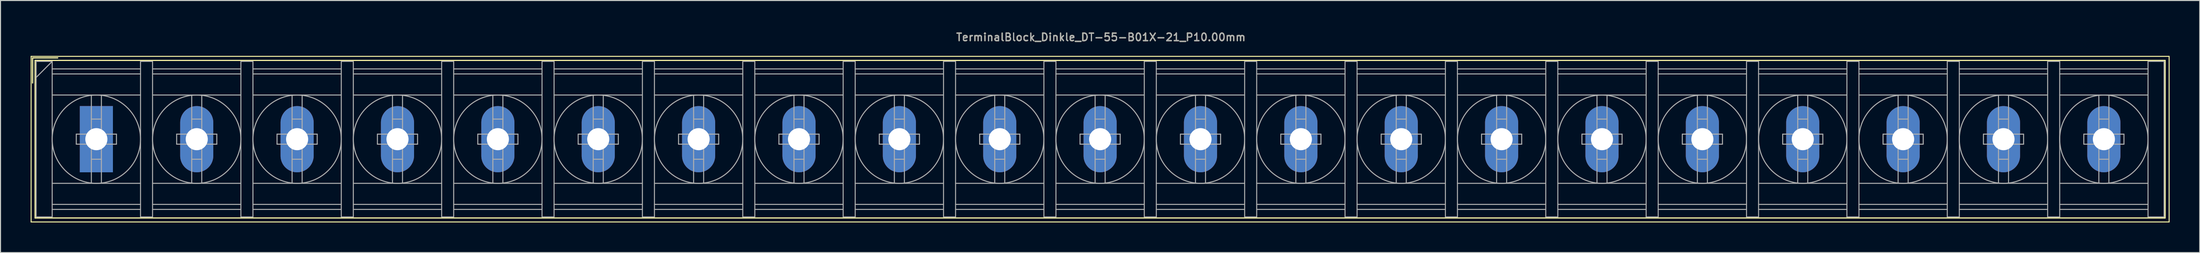
<source format=kicad_pcb>
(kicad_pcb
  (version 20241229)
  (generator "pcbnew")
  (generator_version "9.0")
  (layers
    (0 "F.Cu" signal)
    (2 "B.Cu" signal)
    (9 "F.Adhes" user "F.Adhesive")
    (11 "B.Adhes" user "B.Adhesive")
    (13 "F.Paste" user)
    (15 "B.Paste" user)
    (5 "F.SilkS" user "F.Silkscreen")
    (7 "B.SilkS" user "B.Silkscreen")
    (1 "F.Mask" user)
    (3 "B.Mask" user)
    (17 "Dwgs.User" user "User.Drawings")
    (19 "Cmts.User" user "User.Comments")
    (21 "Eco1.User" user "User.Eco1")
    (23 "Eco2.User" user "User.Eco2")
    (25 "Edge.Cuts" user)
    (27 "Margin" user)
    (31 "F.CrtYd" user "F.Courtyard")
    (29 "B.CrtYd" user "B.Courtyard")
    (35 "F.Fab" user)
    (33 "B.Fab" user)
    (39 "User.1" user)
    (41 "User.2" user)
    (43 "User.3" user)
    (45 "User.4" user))
  (footprint "TerminalBlock_Dinkle_DT-55-B01X-21_P10.00mm"
    (layer "F.Cu")
    (at 6.55 10.818)
    (property "Reference" "TerminalBlock_Dinkle_DT-55-B01X-21_P10.00mm" (at 100.08 -10.16 0) (layer "F.SilkS") (effects (font (size 0.75 0.75) (thickness 0.125))))
    (attr through_hole)
    (fp_line (start -6.5 -8.25) (end 206.5 -8.25) (stroke (width 0.1) (type solid)) (layer "F.SilkS"))
    (fp_line (start -6.5 8.25) (end -6.5 -8.25) (stroke (width 0.1) (type solid)) (layer "F.SilkS"))
    (fp_line (start -6.5 8.25) (end 206.5 8.25) (stroke (width 0.1) (type solid)) (layer "F.SilkS"))
    (fp_line (start -6.35 -8.1) (end -3.85 -8.1) (stroke (width 0.12) (type solid)) (layer "F.SilkS"))
    (fp_line (start -6.35 -5.6) (end -6.35 -8.1) (stroke (width 0.12) (type solid)) (layer "F.SilkS"))
    (fp_line (start -6.1 -7.85) (end 206.1 -7.85) (stroke (width 0.12) (type solid)) (layer "F.SilkS"))
    (fp_line (start -6.1 7.85) (end -6.1 -7.85) (stroke (width 0.12) (type solid)) (layer "F.SilkS"))
    (fp_line (start -6.1 7.85) (end 206.1 7.85) (stroke (width 0.12) (type solid)) (layer "F.SilkS"))
    (fp_line (start 206.1 -7.85) (end 206.1 7.85) (stroke (width 0.12) (type solid)) (layer "F.SilkS"))
    (fp_line (start 206.5 -8.25) (end 206.5 8.25) (stroke (width 0.1) (type solid)) (layer "F.SilkS"))
    (fp_line (start -6 -7.75) (end -6 7.75) (stroke (width 0.1) (type solid)) (layer "F.Fab"))
    (fp_line (start -6 -7.75) (end -4.4 -7.75) (stroke (width 0.1) (type solid)) (layer "F.Fab"))
    (fp_line (start -6 7.75) (end -4.4 7.75) (stroke (width 0.1) (type solid)) (layer "F.Fab"))
    (fp_line (start -4.4 -7.75) (end -6 -6.15) (stroke (width 0.1) (type solid)) (layer "F.Fab"))
    (fp_line (start -4.4 -7.75) (end -4.4 7.75) (stroke (width 0.1) (type solid)) (layer "F.Fab"))
    (fp_line (start -4.4 -7) (end 4.4 -7) (stroke (width 0.1) (type solid)) (layer "F.Fab"))
    (fp_line (start -4.4 -6.5) (end 4.4 -6.5) (stroke (width 0.1) (type solid)) (layer "F.Fab"))
    (fp_line (start -4.4 -4.4) (end 4.4 -4.4) (stroke (width 0.1) (type solid)) (layer "F.Fab"))
    (fp_line (start -4.4 4.4) (end 4.4 4.4) (stroke (width 0.1) (type solid)) (layer "F.Fab"))
    (fp_line (start -4.4 6.5) (end 4.4 6.5) (stroke (width 0.1) (type solid)) (layer "F.Fab"))
    (fp_line (start -4.4 7) (end 4.4 7) (stroke (width 0.1) (type solid)) (layer "F.Fab"))
    (fp_line (start -2 -0.5) (end -2 0.5) (stroke (width 0.1) (type solid)) (layer "F.Fab"))
    (fp_line (start -2 0.5) (end -0.5 0.5) (stroke (width 0.1) (type solid)) (layer "F.Fab"))
    (fp_line (start -0.5 -4.35) (end -0.5 -0.5) (stroke (width 0.1) (type solid)) (layer "F.Fab"))
    (fp_line (start -0.5 -2) (end 0.5 -2) (stroke (width 0.1) (type solid)) (layer "F.Fab"))
    (fp_line (start -0.5 -0.5) (end -2 -0.5) (stroke (width 0.1) (type solid)) (layer "F.Fab"))
    (fp_line (start -0.5 0.5) (end -0.5 4.35) (stroke (width 0.1) (type solid)) (layer "F.Fab"))
    (fp_line (start -0.5 2) (end 0.5 2) (stroke (width 0.1) (type solid)) (layer "F.Fab"))
    (fp_line (start 0.5 -4.35) (end 0.5 -0.5) (stroke (width 0.1) (type solid)) (layer "F.Fab"))
    (fp_line (start 0.5 -0.5) (end 2 -0.5) (stroke (width 0.1) (type solid)) (layer "F.Fab"))
    (fp_line (start 0.5 0.5) (end 0.5 4.35) (stroke (width 0.1) (type solid)) (layer "F.Fab"))
    (fp_line (start 2 -0.5) (end 2 0.5) (stroke (width 0.1) (type solid)) (layer "F.Fab"))
    (fp_line (start 2 0.5) (end 0.5 0.5) (stroke (width 0.1) (type solid)) (layer "F.Fab"))
    (fp_line (start 4.4 -7.75) (end 4.4 7.75) (stroke (width 0.1) (type solid)) (layer "F.Fab"))
    (fp_line (start 4.4 -7.75) (end 5.6 -7.75) (stroke (width 0.1) (type solid)) (layer "F.Fab"))
    (fp_line (start 4.4 7.75) (end 5.6 7.75) (stroke (width 0.1) (type solid)) (layer "F.Fab"))
    (fp_line (start 5.6 -7.75) (end 5.6 7.75) (stroke (width 0.1) (type solid)) (layer "F.Fab"))
    (fp_line (start 5.6 -7) (end 14.4 -7) (stroke (width 0.1) (type solid)) (layer "F.Fab"))
    (fp_line (start 5.6 -6.5) (end 14.4 -6.5) (stroke (width 0.1) (type solid)) (layer "F.Fab"))
    (fp_line (start 5.6 -4.4) (end 14.4 -4.4) (stroke (width 0.1) (type solid)) (layer "F.Fab"))
    (fp_line (start 5.6 4.4) (end 14.4 4.4) (stroke (width 0.1) (type solid)) (layer "F.Fab"))
    (fp_line (start 5.6 6.5) (end 14.4 6.5) (stroke (width 0.1) (type solid)) (layer "F.Fab"))
    (fp_line (start 5.6 7) (end 14.4 7) (stroke (width 0.1) (type solid)) (layer "F.Fab"))
    (fp_line (start 8 -0.5) (end 8 0.5) (stroke (width 0.1) (type solid)) (layer "F.Fab"))
    (fp_line (start 8 0.5) (end 9.5 0.5) (stroke (width 0.1) (type solid)) (layer "F.Fab"))
    (fp_line (start 9.5 -4.35) (end 9.5 -0.5) (stroke (width 0.1) (type solid)) (layer "F.Fab"))
    (fp_line (start 9.5 -2) (end 10.5 -2) (stroke (width 0.1) (type solid)) (layer "F.Fab"))
    (fp_line (start 9.5 -0.5) (end 8 -0.5) (stroke (width 0.1) (type solid)) (layer "F.Fab"))
    (fp_line (start 9.5 0.5) (end 9.5 4.35) (stroke (width 0.1) (type solid)) (layer "F.Fab"))
    (fp_line (start 9.5 2) (end 10.5 2) (stroke (width 0.1) (type solid)) (layer "F.Fab"))
    (fp_line (start 10.5 -4.35) (end 10.5 -0.5) (stroke (width 0.1) (type solid)) (layer "F.Fab"))
    (fp_line (start 10.5 -0.5) (end 12 -0.5) (stroke (width 0.1) (type solid)) (layer "F.Fab"))
    (fp_line (start 10.5 0.5) (end 10.5 4.35) (stroke (width 0.1) (type solid)) (layer "F.Fab"))
    (fp_line (start 12 -0.5) (end 12 0.5) (stroke (width 0.1) (type solid)) (layer "F.Fab"))
    (fp_line (start 12 0.5) (end 10.5 0.5) (stroke (width 0.1) (type solid)) (layer "F.Fab"))
    (fp_line (start 14.4 -7.75) (end 14.4 7.75) (stroke (width 0.1) (type solid)) (layer "F.Fab"))
    (fp_line (start 14.4 -7.75) (end 15.6 -7.75) (stroke (width 0.1) (type solid)) (layer "F.Fab"))
    (fp_line (start 14.4 7.75) (end 15.6 7.75) (stroke (width 0.1) (type solid)) (layer "F.Fab"))
    (fp_line (start 15.6 -7.75) (end 15.6 7.75) (stroke (width 0.1) (type solid)) (layer "F.Fab"))
    (fp_line (start 15.6 -7) (end 24.4 -7) (stroke (width 0.1) (type solid)) (layer "F.Fab"))
    (fp_line (start 15.6 -6.5) (end 24.4 -6.5) (stroke (width 0.1) (type solid)) (layer "F.Fab"))
    (fp_line (start 15.6 -4.4) (end 24.4 -4.4) (stroke (width 0.1) (type solid)) (layer "F.Fab"))
    (fp_line (start 15.6 4.4) (end 24.4 4.4) (stroke (width 0.1) (type solid)) (layer "F.Fab"))
    (fp_line (start 15.6 6.5) (end 24.4 6.5) (stroke (width 0.1) (type solid)) (layer "F.Fab"))
    (fp_line (start 15.6 7) (end 24.4 7) (stroke (width 0.1) (type solid)) (layer "F.Fab"))
    (fp_line (start 18 -0.5) (end 18 0.5) (stroke (width 0.1) (type solid)) (layer "F.Fab"))
    (fp_line (start 18 0.5) (end 19.5 0.5) (stroke (width 0.1) (type solid)) (layer "F.Fab"))
    (fp_line (start 19.5 -4.35) (end 19.5 -0.5) (stroke (width 0.1) (type solid)) (layer "F.Fab"))
    (fp_line (start 19.5 -2) (end 20.5 -2) (stroke (width 0.1) (type solid)) (layer "F.Fab"))
    (fp_line (start 19.5 -0.5) (end 18 -0.5) (stroke (width 0.1) (type solid)) (layer "F.Fab"))
    (fp_line (start 19.5 0.5) (end 19.5 4.35) (stroke (width 0.1) (type solid)) (layer "F.Fab"))
    (fp_line (start 19.5 2) (end 20.5 2) (stroke (width 0.1) (type solid)) (layer "F.Fab"))
    (fp_line (start 20.5 -4.35) (end 20.5 -0.5) (stroke (width 0.1) (type solid)) (layer "F.Fab"))
    (fp_line (start 20.5 -0.5) (end 22 -0.5) (stroke (width 0.1) (type solid)) (layer "F.Fab"))
    (fp_line (start 20.5 0.5) (end 20.5 4.35) (stroke (width 0.1) (type solid)) (layer "F.Fab"))
    (fp_line (start 22 -0.5) (end 22 0.5) (stroke (width 0.1) (type solid)) (layer "F.Fab"))
    (fp_line (start 22 0.5) (end 20.5 0.5) (stroke (width 0.1) (type solid)) (layer "F.Fab"))
    (fp_line (start 24.4 -7.75) (end 24.4 7.75) (stroke (width 0.1) (type solid)) (layer "F.Fab"))
    (fp_line (start 24.4 -7.75) (end 25.6 -7.75) (stroke (width 0.1) (type solid)) (layer "F.Fab"))
    (fp_line (start 24.4 7.75) (end 25.6 7.75) (stroke (width 0.1) (type solid)) (layer "F.Fab"))
    (fp_line (start 25.6 -7.75) (end 25.6 7.75) (stroke (width 0.1) (type solid)) (layer "F.Fab"))
    (fp_line (start 25.6 -7) (end 34.4 -7) (stroke (width 0.1) (type solid)) (layer "F.Fab"))
    (fp_line (start 25.6 -6.5) (end 34.4 -6.5) (stroke (width 0.1) (type solid)) (layer "F.Fab"))
    (fp_line (start 25.6 -4.4) (end 34.4 -4.4) (stroke (width 0.1) (type solid)) (layer "F.Fab"))
    (fp_line (start 25.6 4.4) (end 34.4 4.4) (stroke (width 0.1) (type solid)) (layer "F.Fab"))
    (fp_line (start 25.6 6.5) (end 34.4 6.5) (stroke (width 0.1) (type solid)) (layer "F.Fab"))
    (fp_line (start 25.6 7) (end 34.4 7) (stroke (width 0.1) (type solid)) (layer "F.Fab"))
    (fp_line (start 28 -0.5) (end 28 0.5) (stroke (width 0.1) (type solid)) (layer "F.Fab"))
    (fp_line (start 28 0.5) (end 29.5 0.5) (stroke (width 0.1) (type solid)) (layer "F.Fab"))
    (fp_line (start 29.5 -4.35) (end 29.5 -0.5) (stroke (width 0.1) (type solid)) (layer "F.Fab"))
    (fp_line (start 29.5 -2) (end 30.5 -2) (stroke (width 0.1) (type solid)) (layer "F.Fab"))
    (fp_line (start 29.5 -0.5) (end 28 -0.5) (stroke (width 0.1) (type solid)) (layer "F.Fab"))
    (fp_line (start 29.5 0.5) (end 29.5 4.35) (stroke (width 0.1) (type solid)) (layer "F.Fab"))
    (fp_line (start 29.5 2) (end 30.5 2) (stroke (width 0.1) (type solid)) (layer "F.Fab"))
    (fp_line (start 30.5 -4.35) (end 30.5 -0.5) (stroke (width 0.1) (type solid)) (layer "F.Fab"))
    (fp_line (start 30.5 -0.5) (end 32 -0.5) (stroke (width 0.1) (type solid)) (layer "F.Fab"))
    (fp_line (start 30.5 0.5) (end 30.5 4.35) (stroke (width 0.1) (type solid)) (layer "F.Fab"))
    (fp_line (start 32 -0.5) (end 32 0.5) (stroke (width 0.1) (type solid)) (layer "F.Fab"))
    (fp_line (start 32 0.5) (end 30.5 0.5) (stroke (width 0.1) (type solid)) (layer "F.Fab"))
    (fp_line (start 34.4 -7.75) (end 34.4 7.75) (stroke (width 0.1) (type solid)) (layer "F.Fab"))
    (fp_line (start 34.4 -7.75) (end 35.6 -7.75) (stroke (width 0.1) (type solid)) (layer "F.Fab"))
    (fp_line (start 34.4 7.75) (end 35.6 7.75) (stroke (width 0.1) (type solid)) (layer "F.Fab"))
    (fp_line (start 35.6 -7.75) (end 35.6 7.75) (stroke (width 0.1) (type solid)) (layer "F.Fab"))
    (fp_line (start 35.6 -7) (end 44.4 -7) (stroke (width 0.1) (type solid)) (layer "F.Fab"))
    (fp_line (start 35.6 -6.5) (end 44.4 -6.5) (stroke (width 0.1) (type solid)) (layer "F.Fab"))
    (fp_line (start 35.6 -4.4) (end 44.4 -4.4) (stroke (width 0.1) (type solid)) (layer "F.Fab"))
    (fp_line (start 35.6 4.4) (end 44.4 4.4) (stroke (width 0.1) (type solid)) (layer "F.Fab"))
    (fp_line (start 35.6 6.5) (end 44.4 6.5) (stroke (width 0.1) (type solid)) (layer "F.Fab"))
    (fp_line (start 35.6 7) (end 44.4 7) (stroke (width 0.1) (type solid)) (layer "F.Fab"))
    (fp_line (start 38 -0.5) (end 38 0.5) (stroke (width 0.1) (type solid)) (layer "F.Fab"))
    (fp_line (start 38 0.5) (end 39.5 0.5) (stroke (width 0.1) (type solid)) (layer "F.Fab"))
    (fp_line (start 39.5 -4.35) (end 39.5 -0.5) (stroke (width 0.1) (type solid)) (layer "F.Fab"))
    (fp_line (start 39.5 -2) (end 40.5 -2) (stroke (width 0.1) (type solid)) (layer "F.Fab"))
    (fp_line (start 39.5 -0.5) (end 38 -0.5) (stroke (width 0.1) (type solid)) (layer "F.Fab"))
    (fp_line (start 39.5 0.5) (end 39.5 4.35) (stroke (width 0.1) (type solid)) (layer "F.Fab"))
    (fp_line (start 39.5 2) (end 40.5 2) (stroke (width 0.1) (type solid)) (layer "F.Fab"))
    (fp_line (start 40.5 -4.35) (end 40.5 -0.5) (stroke (width 0.1) (type solid)) (layer "F.Fab"))
    (fp_line (start 40.5 -0.5) (end 42 -0.5) (stroke (width 0.1) (type solid)) (layer "F.Fab"))
    (fp_line (start 40.5 0.5) (end 40.5 4.35) (stroke (width 0.1) (type solid)) (layer "F.Fab"))
    (fp_line (start 42 -0.5) (end 42 0.5) (stroke (width 0.1) (type solid)) (layer "F.Fab"))
    (fp_line (start 42 0.5) (end 40.5 0.5) (stroke (width 0.1) (type solid)) (layer "F.Fab"))
    (fp_line (start 44.4 -7.75) (end 44.4 7.75) (stroke (width 0.1) (type solid)) (layer "F.Fab"))
    (fp_line (start 44.4 -7.75) (end 45.6 -7.75) (stroke (width 0.1) (type solid)) (layer "F.Fab"))
    (fp_line (start 44.4 7.75) (end 45.6 7.75) (stroke (width 0.1) (type solid)) (layer "F.Fab"))
    (fp_line (start 45.6 -7.75) (end 45.6 7.75) (stroke (width 0.1) (type solid)) (layer "F.Fab"))
    (fp_line (start 45.6 -7) (end 54.4 -7) (stroke (width 0.1) (type solid)) (layer "F.Fab"))
    (fp_line (start 45.6 -6.5) (end 54.4 -6.5) (stroke (width 0.1) (type solid)) (layer "F.Fab"))
    (fp_line (start 45.6 -4.4) (end 54.4 -4.4) (stroke (width 0.1) (type solid)) (layer "F.Fab"))
    (fp_line (start 45.6 4.4) (end 54.4 4.4) (stroke (width 0.1) (type solid)) (layer "F.Fab"))
    (fp_line (start 45.6 6.5) (end 54.4 6.5) (stroke (width 0.1) (type solid)) (layer "F.Fab"))
    (fp_line (start 45.6 7) (end 54.4 7) (stroke (width 0.1) (type solid)) (layer "F.Fab"))
    (fp_line (start 48 -0.5) (end 48 0.5) (stroke (width 0.1) (type solid)) (layer "F.Fab"))
    (fp_line (start 48 0.5) (end 49.5 0.5) (stroke (width 0.1) (type solid)) (layer "F.Fab"))
    (fp_line (start 49.5 -4.35) (end 49.5 -0.5) (stroke (width 0.1) (type solid)) (layer "F.Fab"))
    (fp_line (start 49.5 -2) (end 50.5 -2) (stroke (width 0.1) (type solid)) (layer "F.Fab"))
    (fp_line (start 49.5 -0.5) (end 48 -0.5) (stroke (width 0.1) (type solid)) (layer "F.Fab"))
    (fp_line (start 49.5 0.5) (end 49.5 4.35) (stroke (width 0.1) (type solid)) (layer "F.Fab"))
    (fp_line (start 49.5 2) (end 50.5 2) (stroke (width 0.1) (type solid)) (layer "F.Fab"))
    (fp_line (start 50.5 -4.35) (end 50.5 -0.5) (stroke (width 0.1) (type solid)) (layer "F.Fab"))
    (fp_line (start 50.5 -0.5) (end 52 -0.5) (stroke (width 0.1) (type solid)) (layer "F.Fab"))
    (fp_line (start 50.5 0.5) (end 50.5 4.35) (stroke (width 0.1) (type solid)) (layer "F.Fab"))
    (fp_line (start 52 -0.5) (end 52 0.5) (stroke (width 0.1) (type solid)) (layer "F.Fab"))
    (fp_line (start 52 0.5) (end 50.5 0.5) (stroke (width 0.1) (type solid)) (layer "F.Fab"))
    (fp_line (start 54.4 -7.75) (end 54.4 7.75) (stroke (width 0.1) (type solid)) (layer "F.Fab"))
    (fp_line (start 54.4 -7.75) (end 55.6 -7.75) (stroke (width 0.1) (type solid)) (layer "F.Fab"))
    (fp_line (start 54.4 7.75) (end 55.6 7.75) (stroke (width 0.1) (type solid)) (layer "F.Fab"))
    (fp_line (start 55.6 -7.75) (end 55.6 7.75) (stroke (width 0.1) (type solid)) (layer "F.Fab"))
    (fp_line (start 55.6 -7) (end 64.4 -7) (stroke (width 0.1) (type solid)) (layer "F.Fab"))
    (fp_line (start 55.6 -6.5) (end 64.4 -6.5) (stroke (width 0.1) (type solid)) (layer "F.Fab"))
    (fp_line (start 55.6 -4.4) (end 64.4 -4.4) (stroke (width 0.1) (type solid)) (layer "F.Fab"))
    (fp_line (start 55.6 4.4) (end 64.4 4.4) (stroke (width 0.1) (type solid)) (layer "F.Fab"))
    (fp_line (start 55.6 6.5) (end 64.4 6.5) (stroke (width 0.1) (type solid)) (layer "F.Fab"))
    (fp_line (start 55.6 7) (end 64.4 7) (stroke (width 0.1) (type solid)) (layer "F.Fab"))
    (fp_line (start 58 -0.5) (end 58 0.5) (stroke (width 0.1) (type solid)) (layer "F.Fab"))
    (fp_line (start 58 0.5) (end 59.5 0.5) (stroke (width 0.1) (type solid)) (layer "F.Fab"))
    (fp_line (start 59.5 -4.35) (end 59.5 -0.5) (stroke (width 0.1) (type solid)) (layer "F.Fab"))
    (fp_line (start 59.5 -2) (end 60.5 -2) (stroke (width 0.1) (type solid)) (layer "F.Fab"))
    (fp_line (start 59.5 -0.5) (end 58 -0.5) (stroke (width 0.1) (type solid)) (layer "F.Fab"))
    (fp_line (start 59.5 0.5) (end 59.5 4.35) (stroke (width 0.1) (type solid)) (layer "F.Fab"))
    (fp_line (start 59.5 2) (end 60.5 2) (stroke (width 0.1) (type solid)) (layer "F.Fab"))
    (fp_line (start 60.5 -4.35) (end 60.5 -0.5) (stroke (width 0.1) (type solid)) (layer "F.Fab"))
    (fp_line (start 60.5 -0.5) (end 62 -0.5) (stroke (width 0.1) (type solid)) (layer "F.Fab"))
    (fp_line (start 60.5 0.5) (end 60.5 4.35) (stroke (width 0.1) (type solid)) (layer "F.Fab"))
    (fp_line (start 62 -0.5) (end 62 0.5) (stroke (width 0.1) (type solid)) (layer "F.Fab"))
    (fp_line (start 62 0.5) (end 60.5 0.5) (stroke (width 0.1) (type solid)) (layer "F.Fab"))
    (fp_line (start 64.4 -7.75) (end 64.4 7.75) (stroke (width 0.1) (type solid)) (layer "F.Fab"))
    (fp_line (start 64.4 -7.75) (end 65.6 -7.75) (stroke (width 0.1) (type solid)) (layer "F.Fab"))
    (fp_line (start 64.4 7.75) (end 65.6 7.75) (stroke (width 0.1) (type solid)) (layer "F.Fab"))
    (fp_line (start 65.6 -7.75) (end 65.6 7.75) (stroke (width 0.1) (type solid)) (layer "F.Fab"))
    (fp_line (start 65.6 -7) (end 74.4 -7) (stroke (width 0.1) (type solid)) (layer "F.Fab"))
    (fp_line (start 65.6 -6.5) (end 74.4 -6.5) (stroke (width 0.1) (type solid)) (layer "F.Fab"))
    (fp_line (start 65.6 -4.4) (end 74.4 -4.4) (stroke (width 0.1) (type solid)) (layer "F.Fab"))
    (fp_line (start 65.6 4.4) (end 74.4 4.4) (stroke (width 0.1) (type solid)) (layer "F.Fab"))
    (fp_line (start 65.6 6.5) (end 74.4 6.5) (stroke (width 0.1) (type solid)) (layer "F.Fab"))
    (fp_line (start 65.6 7) (end 74.4 7) (stroke (width 0.1) (type solid)) (layer "F.Fab"))
    (fp_line (start 68 -0.5) (end 68 0.5) (stroke (width 0.1) (type solid)) (layer "F.Fab"))
    (fp_line (start 68 0.5) (end 69.5 0.5) (stroke (width 0.1) (type solid)) (layer "F.Fab"))
    (fp_line (start 69.5 -4.35) (end 69.5 -0.5) (stroke (width 0.1) (type solid)) (layer "F.Fab"))
    (fp_line (start 69.5 -2) (end 70.5 -2) (stroke (width 0.1) (type solid)) (layer "F.Fab"))
    (fp_line (start 69.5 -0.5) (end 68 -0.5) (stroke (width 0.1) (type solid)) (layer "F.Fab"))
    (fp_line (start 69.5 0.5) (end 69.5 4.35) (stroke (width 0.1) (type solid)) (layer "F.Fab"))
    (fp_line (start 69.5 2) (end 70.5 2) (stroke (width 0.1) (type solid)) (layer "F.Fab"))
    (fp_line (start 70.5 -4.35) (end 70.5 -0.5) (stroke (width 0.1) (type solid)) (layer "F.Fab"))
    (fp_line (start 70.5 -0.5) (end 72 -0.5) (stroke (width 0.1) (type solid)) (layer "F.Fab"))
    (fp_line (start 70.5 0.5) (end 70.5 4.35) (stroke (width 0.1) (type solid)) (layer "F.Fab"))
    (fp_line (start 72 -0.5) (end 72 0.5) (stroke (width 0.1) (type solid)) (layer "F.Fab"))
    (fp_line (start 72 0.5) (end 70.5 0.5) (stroke (width 0.1) (type solid)) (layer "F.Fab"))
    (fp_line (start 74.4 -7.75) (end 74.4 7.75) (stroke (width 0.1) (type solid)) (layer "F.Fab"))
    (fp_line (start 74.4 -7.75) (end 75.6 -7.75) (stroke (width 0.1) (type solid)) (layer "F.Fab"))
    (fp_line (start 74.4 7.75) (end 75.6 7.75) (stroke (width 0.1) (type solid)) (layer "F.Fab"))
    (fp_line (start 75.6 -7.75) (end 75.6 7.75) (stroke (width 0.1) (type solid)) (layer "F.Fab"))
    (fp_line (start 75.6 -7) (end 84.4 -7) (stroke (width 0.1) (type solid)) (layer "F.Fab"))
    (fp_line (start 75.6 -6.5) (end 84.4 -6.5) (stroke (width 0.1) (type solid)) (layer "F.Fab"))
    (fp_line (start 75.6 -4.4) (end 84.4 -4.4) (stroke (width 0.1) (type solid)) (layer "F.Fab"))
    (fp_line (start 75.6 4.4) (end 84.4 4.4) (stroke (width 0.1) (type solid)) (layer "F.Fab"))
    (fp_line (start 75.6 6.5) (end 84.4 6.5) (stroke (width 0.1) (type solid)) (layer "F.Fab"))
    (fp_line (start 75.6 7) (end 84.4 7) (stroke (width 0.1) (type solid)) (layer "F.Fab"))
    (fp_line (start 78 -0.5) (end 78 0.5) (stroke (width 0.1) (type solid)) (layer "F.Fab"))
    (fp_line (start 78 0.5) (end 79.5 0.5) (stroke (width 0.1) (type solid)) (layer "F.Fab"))
    (fp_line (start 79.5 -4.35) (end 79.5 -0.5) (stroke (width 0.1) (type solid)) (layer "F.Fab"))
    (fp_line (start 79.5 -2) (end 80.5 -2) (stroke (width 0.1) (type solid)) (layer "F.Fab"))
    (fp_line (start 79.5 -0.5) (end 78 -0.5) (stroke (width 0.1) (type solid)) (layer "F.Fab"))
    (fp_line (start 79.5 0.5) (end 79.5 4.35) (stroke (width 0.1) (type solid)) (layer "F.Fab"))
    (fp_line (start 79.5 2) (end 80.5 2) (stroke (width 0.1) (type solid)) (layer "F.Fab"))
    (fp_line (start 80.5 -4.35) (end 80.5 -0.5) (stroke (width 0.1) (type solid)) (layer "F.Fab"))
    (fp_line (start 80.5 -0.5) (end 82 -0.5) (stroke (width 0.1) (type solid)) (layer "F.Fab"))
    (fp_line (start 80.5 0.5) (end 80.5 4.35) (stroke (width 0.1) (type solid)) (layer "F.Fab"))
    (fp_line (start 82 -0.5) (end 82 0.5) (stroke (width 0.1) (type solid)) (layer "F.Fab"))
    (fp_line (start 82 0.5) (end 80.5 0.5) (stroke (width 0.1) (type solid)) (layer "F.Fab"))
    (fp_line (start 84.4 -7.75) (end 84.4 7.75) (stroke (width 0.1) (type solid)) (layer "F.Fab"))
    (fp_line (start 84.4 -7.75) (end 85.6 -7.75) (stroke (width 0.1) (type solid)) (layer "F.Fab"))
    (fp_line (start 84.4 7.75) (end 85.6 7.75) (stroke (width 0.1) (type solid)) (layer "F.Fab"))
    (fp_line (start 85.6 -7.75) (end 85.6 7.75) (stroke (width 0.1) (type solid)) (layer "F.Fab"))
    (fp_line (start 85.6 -7) (end 94.4 -7) (stroke (width 0.1) (type solid)) (layer "F.Fab"))
    (fp_line (start 85.6 -6.5) (end 94.4 -6.5) (stroke (width 0.1) (type solid)) (layer "F.Fab"))
    (fp_line (start 85.6 -4.4) (end 94.4 -4.4) (stroke (width 0.1) (type solid)) (layer "F.Fab"))
    (fp_line (start 85.6 4.4) (end 94.4 4.4) (stroke (width 0.1) (type solid)) (layer "F.Fab"))
    (fp_line (start 85.6 6.5) (end 94.4 6.5) (stroke (width 0.1) (type solid)) (layer "F.Fab"))
    (fp_line (start 85.6 7) (end 94.4 7) (stroke (width 0.1) (type solid)) (layer "F.Fab"))
    (fp_line (start 88 -0.5) (end 88 0.5) (stroke (width 0.1) (type solid)) (layer "F.Fab"))
    (fp_line (start 88 0.5) (end 89.5 0.5) (stroke (width 0.1) (type solid)) (layer "F.Fab"))
    (fp_line (start 89.5 -4.35) (end 89.5 -0.5) (stroke (width 0.1) (type solid)) (layer "F.Fab"))
    (fp_line (start 89.5 -2) (end 90.5 -2) (stroke (width 0.1) (type solid)) (layer "F.Fab"))
    (fp_line (start 89.5 -0.5) (end 88 -0.5) (stroke (width 0.1) (type solid)) (layer "F.Fab"))
    (fp_line (start 89.5 0.5) (end 89.5 4.35) (stroke (width 0.1) (type solid)) (layer "F.Fab"))
    (fp_line (start 89.5 2) (end 90.5 2) (stroke (width 0.1) (type solid)) (layer "F.Fab"))
    (fp_line (start 90.5 -4.35) (end 90.5 -0.5) (stroke (width 0.1) (type solid)) (layer "F.Fab"))
    (fp_line (start 90.5 -0.5) (end 92 -0.5) (stroke (width 0.1) (type solid)) (layer "F.Fab"))
    (fp_line (start 90.5 0.5) (end 90.5 4.35) (stroke (width 0.1) (type solid)) (layer "F.Fab"))
    (fp_line (start 92 -0.5) (end 92 0.5) (stroke (width 0.1) (type solid)) (layer "F.Fab"))
    (fp_line (start 92 0.5) (end 90.5 0.5) (stroke (width 0.1) (type solid)) (layer "F.Fab"))
    (fp_line (start 94.4 -7.75) (end 94.4 7.75) (stroke (width 0.1) (type solid)) (layer "F.Fab"))
    (fp_line (start 94.4 -7.75) (end 95.6 -7.75) (stroke (width 0.1) (type solid)) (layer "F.Fab"))
    (fp_line (start 94.4 7.75) (end 95.6 7.75) (stroke (width 0.1) (type solid)) (layer "F.Fab"))
    (fp_line (start 95.6 -7.75) (end 95.6 7.75) (stroke (width 0.1) (type solid)) (layer "F.Fab"))
    (fp_line (start 95.6 -7) (end 104.4 -7) (stroke (width 0.1) (type solid)) (layer "F.Fab"))
    (fp_line (start 95.6 -6.5) (end 104.4 -6.5) (stroke (width 0.1) (type solid)) (layer "F.Fab"))
    (fp_line (start 95.6 -4.4) (end 104.4 -4.4) (stroke (width 0.1) (type solid)) (layer "F.Fab"))
    (fp_line (start 95.6 4.4) (end 104.4 4.4) (stroke (width 0.1) (type solid)) (layer "F.Fab"))
    (fp_line (start 95.6 6.5) (end 104.4 6.5) (stroke (width 0.1) (type solid)) (layer "F.Fab"))
    (fp_line (start 95.6 7) (end 104.4 7) (stroke (width 0.1) (type solid)) (layer "F.Fab"))
    (fp_line (start 98 -0.5) (end 98 0.5) (stroke (width 0.1) (type solid)) (layer "F.Fab"))
    (fp_line (start 98 0.5) (end 99.5 0.5) (stroke (width 0.1) (type solid)) (layer "F.Fab"))
    (fp_line (start 99.5 -4.35) (end 99.5 -0.5) (stroke (width 0.1) (type solid)) (layer "F.Fab"))
    (fp_line (start 99.5 -2) (end 100.5 -2) (stroke (width 0.1) (type solid)) (layer "F.Fab"))
    (fp_line (start 99.5 -0.5) (end 98 -0.5) (stroke (width 0.1) (type solid)) (layer "F.Fab"))
    (fp_line (start 99.5 0.5) (end 99.5 4.35) (stroke (width 0.1) (type solid)) (layer "F.Fab"))
    (fp_line (start 99.5 2) (end 100.5 2) (stroke (width 0.1) (type solid)) (layer "F.Fab"))
    (fp_line (start 100.5 -4.35) (end 100.5 -0.5) (stroke (width 0.1) (type solid)) (layer "F.Fab"))
    (fp_line (start 100.5 -0.5) (end 102 -0.5) (stroke (width 0.1) (type solid)) (layer "F.Fab"))
    (fp_line (start 100.5 0.5) (end 100.5 4.35) (stroke (width 0.1) (type solid)) (layer "F.Fab"))
    (fp_line (start 102 -0.5) (end 102 0.5) (stroke (width 0.1) (type solid)) (layer "F.Fab"))
    (fp_line (start 102 0.5) (end 100.5 0.5) (stroke (width 0.1) (type solid)) (layer "F.Fab"))
    (fp_line (start 104.4 -7.75) (end 104.4 7.75) (stroke (width 0.1) (type solid)) (layer "F.Fab"))
    (fp_line (start 104.4 -7.75) (end 105.6 -7.75) (stroke (width 0.1) (type solid)) (layer "F.Fab"))
    (fp_line (start 104.4 7.75) (end 105.6 7.75) (stroke (width 0.1) (type solid)) (layer "F.Fab"))
    (fp_line (start 105.6 -7.75) (end 105.6 7.75) (stroke (width 0.1) (type solid)) (layer "F.Fab"))
    (fp_line (start 105.6 -7) (end 114.4 -7) (stroke (width 0.1) (type solid)) (layer "F.Fab"))
    (fp_line (start 105.6 -6.5) (end 114.4 -6.5) (stroke (width 0.1) (type solid)) (layer "F.Fab"))
    (fp_line (start 105.6 -4.4) (end 114.4 -4.4) (stroke (width 0.1) (type solid)) (layer "F.Fab"))
    (fp_line (start 105.6 4.4) (end 114.4 4.4) (stroke (width 0.1) (type solid)) (layer "F.Fab"))
    (fp_line (start 105.6 6.5) (end 114.4 6.5) (stroke (width 0.1) (type solid)) (layer "F.Fab"))
    (fp_line (start 105.6 7) (end 114.4 7) (stroke (width 0.1) (type solid)) (layer "F.Fab"))
    (fp_line (start 108 -0.5) (end 108 0.5) (stroke (width 0.1) (type solid)) (layer "F.Fab"))
    (fp_line (start 108 0.5) (end 109.5 0.5) (stroke (width 0.1) (type solid)) (layer "F.Fab"))
    (fp_line (start 109.5 -4.35) (end 109.5 -0.5) (stroke (width 0.1) (type solid)) (layer "F.Fab"))
    (fp_line (start 109.5 -2) (end 110.5 -2) (stroke (width 0.1) (type solid)) (layer "F.Fab"))
    (fp_line (start 109.5 -0.5) (end 108 -0.5) (stroke (width 0.1) (type solid)) (layer "F.Fab"))
    (fp_line (start 109.5 0.5) (end 109.5 4.35) (stroke (width 0.1) (type solid)) (layer "F.Fab"))
    (fp_line (start 109.5 2) (end 110.5 2) (stroke (width 0.1) (type solid)) (layer "F.Fab"))
    (fp_line (start 110.5 -4.35) (end 110.5 -0.5) (stroke (width 0.1) (type solid)) (layer "F.Fab"))
    (fp_line (start 110.5 -0.5) (end 112 -0.5) (stroke (width 0.1) (type solid)) (layer "F.Fab"))
    (fp_line (start 110.5 0.5) (end 110.5 4.35) (stroke (width 0.1) (type solid)) (layer "F.Fab"))
    (fp_line (start 112 -0.5) (end 112 0.5) (stroke (width 0.1) (type solid)) (layer "F.Fab"))
    (fp_line (start 112 0.5) (end 110.5 0.5) (stroke (width 0.1) (type solid)) (layer "F.Fab"))
    (fp_line (start 114.4 -7.75) (end 114.4 7.75) (stroke (width 0.1) (type solid)) (layer "F.Fab"))
    (fp_line (start 114.4 -7.75) (end 115.6 -7.75) (stroke (width 0.1) (type solid)) (layer "F.Fab"))
    (fp_line (start 114.4 7.75) (end 115.6 7.75) (stroke (width 0.1) (type solid)) (layer "F.Fab"))
    (fp_line (start 115.6 -7.75) (end 115.6 7.75) (stroke (width 0.1) (type solid)) (layer "F.Fab"))
    (fp_line (start 115.6 -7) (end 124.4 -7) (stroke (width 0.1) (type solid)) (layer "F.Fab"))
    (fp_line (start 115.6 -6.5) (end 124.4 -6.5) (stroke (width 0.1) (type solid)) (layer "F.Fab"))
    (fp_line (start 115.6 -4.4) (end 124.4 -4.4) (stroke (width 0.1) (type solid)) (layer "F.Fab"))
    (fp_line (start 115.6 4.4) (end 124.4 4.4) (stroke (width 0.1) (type solid)) (layer "F.Fab"))
    (fp_line (start 115.6 6.5) (end 124.4 6.5) (stroke (width 0.1) (type solid)) (layer "F.Fab"))
    (fp_line (start 115.6 7) (end 124.4 7) (stroke (width 0.1) (type solid)) (layer "F.Fab"))
    (fp_line (start 118 -0.5) (end 118 0.5) (stroke (width 0.1) (type solid)) (layer "F.Fab"))
    (fp_line (start 118 0.5) (end 119.5 0.5) (stroke (width 0.1) (type solid)) (layer "F.Fab"))
    (fp_line (start 119.5 -4.35) (end 119.5 -0.5) (stroke (width 0.1) (type solid)) (layer "F.Fab"))
    (fp_line (start 119.5 -2) (end 120.5 -2) (stroke (width 0.1) (type solid)) (layer "F.Fab"))
    (fp_line (start 119.5 -0.5) (end 118 -0.5) (stroke (width 0.1) (type solid)) (layer "F.Fab"))
    (fp_line (start 119.5 0.5) (end 119.5 4.35) (stroke (width 0.1) (type solid)) (layer "F.Fab"))
    (fp_line (start 119.5 2) (end 120.5 2) (stroke (width 0.1) (type solid)) (layer "F.Fab"))
    (fp_line (start 120.5 -4.35) (end 120.5 -0.5) (stroke (width 0.1) (type solid)) (layer "F.Fab"))
    (fp_line (start 120.5 -0.5) (end 122 -0.5) (stroke (width 0.1) (type solid)) (layer "F.Fab"))
    (fp_line (start 120.5 0.5) (end 120.5 4.35) (stroke (width 0.1) (type solid)) (layer "F.Fab"))
    (fp_line (start 122 -0.5) (end 122 0.5) (stroke (width 0.1) (type solid)) (layer "F.Fab"))
    (fp_line (start 122 0.5) (end 120.5 0.5) (stroke (width 0.1) (type solid)) (layer "F.Fab"))
    (fp_line (start 124.4 -7.75) (end 124.4 7.75) (stroke (width 0.1) (type solid)) (layer "F.Fab"))
    (fp_line (start 124.4 -7.75) (end 125.6 -7.75) (stroke (width 0.1) (type solid)) (layer "F.Fab"))
    (fp_line (start 124.4 7.75) (end 125.6 7.75) (stroke (width 0.1) (type solid)) (layer "F.Fab"))
    (fp_line (start 125.6 -7.75) (end 125.6 7.75) (stroke (width 0.1) (type solid)) (layer "F.Fab"))
    (fp_line (start 125.6 -7) (end 134.4 -7) (stroke (width 0.1) (type solid)) (layer "F.Fab"))
    (fp_line (start 125.6 -6.5) (end 134.4 -6.5) (stroke (width 0.1) (type solid)) (layer "F.Fab"))
    (fp_line (start 125.6 -4.4) (end 134.4 -4.4) (stroke (width 0.1) (type solid)) (layer "F.Fab"))
    (fp_line (start 125.6 4.4) (end 134.4 4.4) (stroke (width 0.1) (type solid)) (layer "F.Fab"))
    (fp_line (start 125.6 6.5) (end 134.4 6.5) (stroke (width 0.1) (type solid)) (layer "F.Fab"))
    (fp_line (start 125.6 7) (end 134.4 7) (stroke (width 0.1) (type solid)) (layer "F.Fab"))
    (fp_line (start 128 -0.5) (end 128 0.5) (stroke (width 0.1) (type solid)) (layer "F.Fab"))
    (fp_line (start 128 0.5) (end 129.5 0.5) (stroke (width 0.1) (type solid)) (layer "F.Fab"))
    (fp_line (start 129.5 -4.35) (end 129.5 -0.5) (stroke (width 0.1) (type solid)) (layer "F.Fab"))
    (fp_line (start 129.5 -2) (end 130.5 -2) (stroke (width 0.1) (type solid)) (layer "F.Fab"))
    (fp_line (start 129.5 -0.5) (end 128 -0.5) (stroke (width 0.1) (type solid)) (layer "F.Fab"))
    (fp_line (start 129.5 0.5) (end 129.5 4.35) (stroke (width 0.1) (type solid)) (layer "F.Fab"))
    (fp_line (start 129.5 2) (end 130.5 2) (stroke (width 0.1) (type solid)) (layer "F.Fab"))
    (fp_line (start 130.5 -4.35) (end 130.5 -0.5) (stroke (width 0.1) (type solid)) (layer "F.Fab"))
    (fp_line (start 130.5 -0.5) (end 132 -0.5) (stroke (width 0.1) (type solid)) (layer "F.Fab"))
    (fp_line (start 130.5 0.5) (end 130.5 4.35) (stroke (width 0.1) (type solid)) (layer "F.Fab"))
    (fp_line (start 132 -0.5) (end 132 0.5) (stroke (width 0.1) (type solid)) (layer "F.Fab"))
    (fp_line (start 132 0.5) (end 130.5 0.5) (stroke (width 0.1) (type solid)) (layer "F.Fab"))
    (fp_line (start 134.4 -7.75) (end 134.4 7.75) (stroke (width 0.1) (type solid)) (layer "F.Fab"))
    (fp_line (start 134.4 -7.75) (end 135.6 -7.75) (stroke (width 0.1) (type solid)) (layer "F.Fab"))
    (fp_line (start 134.4 7.75) (end 135.6 7.75) (stroke (width 0.1) (type solid)) (layer "F.Fab"))
    (fp_line (start 135.6 -7.75) (end 135.6 7.75) (stroke (width 0.1) (type solid)) (layer "F.Fab"))
    (fp_line (start 135.6 -7) (end 144.4 -7) (stroke (width 0.1) (type solid)) (layer "F.Fab"))
    (fp_line (start 135.6 -6.5) (end 144.4 -6.5) (stroke (width 0.1) (type solid)) (layer "F.Fab"))
    (fp_line (start 135.6 -4.4) (end 144.4 -4.4) (stroke (width 0.1) (type solid)) (layer "F.Fab"))
    (fp_line (start 135.6 4.4) (end 144.4 4.4) (stroke (width 0.1) (type solid)) (layer "F.Fab"))
    (fp_line (start 135.6 6.5) (end 144.4 6.5) (stroke (width 0.1) (type solid)) (layer "F.Fab"))
    (fp_line (start 135.6 7) (end 144.4 7) (stroke (width 0.1) (type solid)) (layer "F.Fab"))
    (fp_line (start 138 -0.5) (end 138 0.5) (stroke (width 0.1) (type solid)) (layer "F.Fab"))
    (fp_line (start 138 0.5) (end 139.5 0.5) (stroke (width 0.1) (type solid)) (layer "F.Fab"))
    (fp_line (start 139.5 -4.35) (end 139.5 -0.5) (stroke (width 0.1) (type solid)) (layer "F.Fab"))
    (fp_line (start 139.5 -2) (end 140.5 -2) (stroke (width 0.1) (type solid)) (layer "F.Fab"))
    (fp_line (start 139.5 -0.5) (end 138 -0.5) (stroke (width 0.1) (type solid)) (layer "F.Fab"))
    (fp_line (start 139.5 0.5) (end 139.5 4.35) (stroke (width 0.1) (type solid)) (layer "F.Fab"))
    (fp_line (start 139.5 2) (end 140.5 2) (stroke (width 0.1) (type solid)) (layer "F.Fab"))
    (fp_line (start 140.5 -4.35) (end 140.5 -0.5) (stroke (width 0.1) (type solid)) (layer "F.Fab"))
    (fp_line (start 140.5 -0.5) (end 142 -0.5) (stroke (width 0.1) (type solid)) (layer "F.Fab"))
    (fp_line (start 140.5 0.5) (end 140.5 4.35) (stroke (width 0.1) (type solid)) (layer "F.Fab"))
    (fp_line (start 142 -0.5) (end 142 0.5) (stroke (width 0.1) (type solid)) (layer "F.Fab"))
    (fp_line (start 142 0.5) (end 140.5 0.5) (stroke (width 0.1) (type solid)) (layer "F.Fab"))
    (fp_line (start 144.4 -7.75) (end 144.4 7.75) (stroke (width 0.1) (type solid)) (layer "F.Fab"))
    (fp_line (start 144.4 -7.75) (end 145.6 -7.75) (stroke (width 0.1) (type solid)) (layer "F.Fab"))
    (fp_line (start 144.4 7.75) (end 145.6 7.75) (stroke (width 0.1) (type solid)) (layer "F.Fab"))
    (fp_line (start 145.6 -7.75) (end 145.6 7.75) (stroke (width 0.1) (type solid)) (layer "F.Fab"))
    (fp_line (start 145.6 -7) (end 154.4 -7) (stroke (width 0.1) (type solid)) (layer "F.Fab"))
    (fp_line (start 145.6 -6.5) (end 154.4 -6.5) (stroke (width 0.1) (type solid)) (layer "F.Fab"))
    (fp_line (start 145.6 -4.4) (end 154.4 -4.4) (stroke (width 0.1) (type solid)) (layer "F.Fab"))
    (fp_line (start 145.6 4.4) (end 154.4 4.4) (stroke (width 0.1) (type solid)) (layer "F.Fab"))
    (fp_line (start 145.6 6.5) (end 154.4 6.5) (stroke (width 0.1) (type solid)) (layer "F.Fab"))
    (fp_line (start 145.6 7) (end 154.4 7) (stroke (width 0.1) (type solid)) (layer "F.Fab"))
    (fp_line (start 148 -0.5) (end 148 0.5) (stroke (width 0.1) (type solid)) (layer "F.Fab"))
    (fp_line (start 148 0.5) (end 149.5 0.5) (stroke (width 0.1) (type solid)) (layer "F.Fab"))
    (fp_line (start 149.5 -4.35) (end 149.5 -0.5) (stroke (width 0.1) (type solid)) (layer "F.Fab"))
    (fp_line (start 149.5 -2) (end 150.5 -2) (stroke (width 0.1) (type solid)) (layer "F.Fab"))
    (fp_line (start 149.5 -0.5) (end 148 -0.5) (stroke (width 0.1) (type solid)) (layer "F.Fab"))
    (fp_line (start 149.5 0.5) (end 149.5 4.35) (stroke (width 0.1) (type solid)) (layer "F.Fab"))
    (fp_line (start 149.5 2) (end 150.5 2) (stroke (width 0.1) (type solid)) (layer "F.Fab"))
    (fp_line (start 150.5 -4.35) (end 150.5 -0.5) (stroke (width 0.1) (type solid)) (layer "F.Fab"))
    (fp_line (start 150.5 -0.5) (end 152 -0.5) (stroke (width 0.1) (type solid)) (layer "F.Fab"))
    (fp_line (start 150.5 0.5) (end 150.5 4.35) (stroke (width 0.1) (type solid)) (layer "F.Fab"))
    (fp_line (start 152 -0.5) (end 152 0.5) (stroke (width 0.1) (type solid)) (layer "F.Fab"))
    (fp_line (start 152 0.5) (end 150.5 0.5) (stroke (width 0.1) (type solid)) (layer "F.Fab"))
    (fp_line (start 154.4 -7.75) (end 154.4 7.75) (stroke (width 0.1) (type solid)) (layer "F.Fab"))
    (fp_line (start 154.4 -7.75) (end 155.6 -7.75) (stroke (width 0.1) (type solid)) (layer "F.Fab"))
    (fp_line (start 154.4 7.75) (end 155.6 7.75) (stroke (width 0.1) (type solid)) (layer "F.Fab"))
    (fp_line (start 155.6 -7.75) (end 155.6 7.75) (stroke (width 0.1) (type solid)) (layer "F.Fab"))
    (fp_line (start 155.6 -7) (end 164.4 -7) (stroke (width 0.1) (type solid)) (layer "F.Fab"))
    (fp_line (start 155.6 -6.5) (end 164.4 -6.5) (stroke (width 0.1) (type solid)) (layer "F.Fab"))
    (fp_line (start 155.6 -4.4) (end 164.4 -4.4) (stroke (width 0.1) (type solid)) (layer "F.Fab"))
    (fp_line (start 155.6 4.4) (end 164.4 4.4) (stroke (width 0.1) (type solid)) (layer "F.Fab"))
    (fp_line (start 155.6 6.5) (end 164.4 6.5) (stroke (width 0.1) (type solid)) (layer "F.Fab"))
    (fp_line (start 155.6 7) (end 164.4 7) (stroke (width 0.1) (type solid)) (layer "F.Fab"))
    (fp_line (start 158 -0.5) (end 158 0.5) (stroke (width 0.1) (type solid)) (layer "F.Fab"))
    (fp_line (start 158 0.5) (end 159.5 0.5) (stroke (width 0.1) (type solid)) (layer "F.Fab"))
    (fp_line (start 159.5 -4.35) (end 159.5 -0.5) (stroke (width 0.1) (type solid)) (layer "F.Fab"))
    (fp_line (start 159.5 -2) (end 160.5 -2) (stroke (width 0.1) (type solid)) (layer "F.Fab"))
    (fp_line (start 159.5 -0.5) (end 158 -0.5) (stroke (width 0.1) (type solid)) (layer "F.Fab"))
    (fp_line (start 159.5 0.5) (end 159.5 4.35) (stroke (width 0.1) (type solid)) (layer "F.Fab"))
    (fp_line (start 159.5 2) (end 160.5 2) (stroke (width 0.1) (type solid)) (layer "F.Fab"))
    (fp_line (start 160.5 -4.35) (end 160.5 -0.5) (stroke (width 0.1) (type solid)) (layer "F.Fab"))
    (fp_line (start 160.5 -0.5) (end 162 -0.5) (stroke (width 0.1) (type solid)) (layer "F.Fab"))
    (fp_line (start 160.5 0.5) (end 160.5 4.35) (stroke (width 0.1) (type solid)) (layer "F.Fab"))
    (fp_line (start 162 -0.5) (end 162 0.5) (stroke (width 0.1) (type solid)) (layer "F.Fab"))
    (fp_line (start 162 0.5) (end 160.5 0.5) (stroke (width 0.1) (type solid)) (layer "F.Fab"))
    (fp_line (start 164.4 -7.75) (end 164.4 7.75) (stroke (width 0.1) (type solid)) (layer "F.Fab"))
    (fp_line (start 164.4 -7.75) (end 165.6 -7.75) (stroke (width 0.1) (type solid)) (layer "F.Fab"))
    (fp_line (start 164.4 7.75) (end 165.6 7.75) (stroke (width 0.1) (type solid)) (layer "F.Fab"))
    (fp_line (start 165.6 -7.75) (end 165.6 7.75) (stroke (width 0.1) (type solid)) (layer "F.Fab"))
    (fp_line (start 165.6 -7) (end 174.4 -7) (stroke (width 0.1) (type solid)) (layer "F.Fab"))
    (fp_line (start 165.6 -6.5) (end 174.4 -6.5) (stroke (width 0.1) (type solid)) (layer "F.Fab"))
    (fp_line (start 165.6 -4.4) (end 174.4 -4.4) (stroke (width 0.1) (type solid)) (layer "F.Fab"))
    (fp_line (start 165.6 4.4) (end 174.4 4.4) (stroke (width 0.1) (type solid)) (layer "F.Fab"))
    (fp_line (start 165.6 6.5) (end 174.4 6.5) (stroke (width 0.1) (type solid)) (layer "F.Fab"))
    (fp_line (start 165.6 7) (end 174.4 7) (stroke (width 0.1) (type solid)) (layer "F.Fab"))
    (fp_line (start 168 -0.5) (end 168 0.5) (stroke (width 0.1) (type solid)) (layer "F.Fab"))
    (fp_line (start 168 0.5) (end 169.5 0.5) (stroke (width 0.1) (type solid)) (layer "F.Fab"))
    (fp_line (start 169.5 -4.35) (end 169.5 -0.5) (stroke (width 0.1) (type solid)) (layer "F.Fab"))
    (fp_line (start 169.5 -2) (end 170.5 -2) (stroke (width 0.1) (type solid)) (layer "F.Fab"))
    (fp_line (start 169.5 -0.5) (end 168 -0.5) (stroke (width 0.1) (type solid)) (layer "F.Fab"))
    (fp_line (start 169.5 0.5) (end 169.5 4.35) (stroke (width 0.1) (type solid)) (layer "F.Fab"))
    (fp_line (start 169.5 2) (end 170.5 2) (stroke (width 0.1) (type solid)) (layer "F.Fab"))
    (fp_line (start 170.5 -4.35) (end 170.5 -0.5) (stroke (width 0.1) (type solid)) (layer "F.Fab"))
    (fp_line (start 170.5 -0.5) (end 172 -0.5) (stroke (width 0.1) (type solid)) (layer "F.Fab"))
    (fp_line (start 170.5 0.5) (end 170.5 4.35) (stroke (width 0.1) (type solid)) (layer "F.Fab"))
    (fp_line (start 172 -0.5) (end 172 0.5) (stroke (width 0.1) (type solid)) (layer "F.Fab"))
    (fp_line (start 172 0.5) (end 170.5 0.5) (stroke (width 0.1) (type solid)) (layer "F.Fab"))
    (fp_line (start 174.4 -7.75) (end 174.4 7.75) (stroke (width 0.1) (type solid)) (layer "F.Fab"))
    (fp_line (start 174.4 -7.75) (end 175.6 -7.75) (stroke (width 0.1) (type solid)) (layer "F.Fab"))
    (fp_line (start 174.4 7.75) (end 175.6 7.75) (stroke (width 0.1) (type solid)) (layer "F.Fab"))
    (fp_line (start 175.6 -7.75) (end 175.6 7.75) (stroke (width 0.1) (type solid)) (layer "F.Fab"))
    (fp_line (start 175.6 -7) (end 184.4 -7) (stroke (width 0.1) (type solid)) (layer "F.Fab"))
    (fp_line (start 175.6 -6.5) (end 184.4 -6.5) (stroke (width 0.1) (type solid)) (layer "F.Fab"))
    (fp_line (start 175.6 -4.4) (end 184.4 -4.4) (stroke (width 0.1) (type solid)) (layer "F.Fab"))
    (fp_line (start 175.6 4.4) (end 184.4 4.4) (stroke (width 0.1) (type solid)) (layer "F.Fab"))
    (fp_line (start 175.6 6.5) (end 184.4 6.5) (stroke (width 0.1) (type solid)) (layer "F.Fab"))
    (fp_line (start 175.6 7) (end 184.4 7) (stroke (width 0.1) (type solid)) (layer "F.Fab"))
    (fp_line (start 178 -0.5) (end 178 0.5) (stroke (width 0.1) (type solid)) (layer "F.Fab"))
    (fp_line (start 178 0.5) (end 179.5 0.5) (stroke (width 0.1) (type solid)) (layer "F.Fab"))
    (fp_line (start 179.5 -4.35) (end 179.5 -0.5) (stroke (width 0.1) (type solid)) (layer "F.Fab"))
    (fp_line (start 179.5 -2) (end 180.5 -2) (stroke (width 0.1) (type solid)) (layer "F.Fab"))
    (fp_line (start 179.5 -0.5) (end 178 -0.5) (stroke (width 0.1) (type solid)) (layer "F.Fab"))
    (fp_line (start 179.5 0.5) (end 179.5 4.35) (stroke (width 0.1) (type solid)) (layer "F.Fab"))
    (fp_line (start 179.5 2) (end 180.5 2) (stroke (width 0.1) (type solid)) (layer "F.Fab"))
    (fp_line (start 180.5 -4.35) (end 180.5 -0.5) (stroke (width 0.1) (type solid)) (layer "F.Fab"))
    (fp_line (start 180.5 -0.5) (end 182 -0.5) (stroke (width 0.1) (type solid)) (layer "F.Fab"))
    (fp_line (start 180.5 0.5) (end 180.5 4.35) (stroke (width 0.1) (type solid)) (layer "F.Fab"))
    (fp_line (start 182 -0.5) (end 182 0.5) (stroke (width 0.1) (type solid)) (layer "F.Fab"))
    (fp_line (start 182 0.5) (end 180.5 0.5) (stroke (width 0.1) (type solid)) (layer "F.Fab"))
    (fp_line (start 184.4 -7.75) (end 184.4 7.75) (stroke (width 0.1) (type solid)) (layer "F.Fab"))
    (fp_line (start 184.4 -7.75) (end 185.6 -7.75) (stroke (width 0.1) (type solid)) (layer "F.Fab"))
    (fp_line (start 184.4 7.75) (end 185.6 7.75) (stroke (width 0.1) (type solid)) (layer "F.Fab"))
    (fp_line (start 185.6 -7.75) (end 185.6 7.75) (stroke (width 0.1) (type solid)) (layer "F.Fab"))
    (fp_line (start 185.6 -7) (end 194.4 -7) (stroke (width 0.1) (type solid)) (layer "F.Fab"))
    (fp_line (start 185.6 -6.5) (end 194.4 -6.5) (stroke (width 0.1) (type solid)) (layer "F.Fab"))
    (fp_line (start 185.6 -4.4) (end 194.4 -4.4) (stroke (width 0.1) (type solid)) (layer "F.Fab"))
    (fp_line (start 185.6 4.4) (end 194.4 4.4) (stroke (width 0.1) (type solid)) (layer "F.Fab"))
    (fp_line (start 185.6 6.5) (end 194.4 6.5) (stroke (width 0.1) (type solid)) (layer "F.Fab"))
    (fp_line (start 185.6 7) (end 194.4 7) (stroke (width 0.1) (type solid)) (layer "F.Fab"))
    (fp_line (start 188 -0.5) (end 188 0.5) (stroke (width 0.1) (type solid)) (layer "F.Fab"))
    (fp_line (start 188 0.5) (end 189.5 0.5) (stroke (width 0.1) (type solid)) (layer "F.Fab"))
    (fp_line (start 189.5 -4.35) (end 189.5 -0.5) (stroke (width 0.1) (type solid)) (layer "F.Fab"))
    (fp_line (start 189.5 -2) (end 190.5 -2) (stroke (width 0.1) (type solid)) (layer "F.Fab"))
    (fp_line (start 189.5 -0.5) (end 188 -0.5) (stroke (width 0.1) (type solid)) (layer "F.Fab"))
    (fp_line (start 189.5 0.5) (end 189.5 4.35) (stroke (width 0.1) (type solid)) (layer "F.Fab"))
    (fp_line (start 189.5 2) (end 190.5 2) (stroke (width 0.1) (type solid)) (layer "F.Fab"))
    (fp_line (start 190.5 -4.35) (end 190.5 -0.5) (stroke (width 0.1) (type solid)) (layer "F.Fab"))
    (fp_line (start 190.5 -0.5) (end 192 -0.5) (stroke (width 0.1) (type solid)) (layer "F.Fab"))
    (fp_line (start 190.5 0.5) (end 190.5 4.35) (stroke (width 0.1) (type solid)) (layer "F.Fab"))
    (fp_line (start 192 -0.5) (end 192 0.5) (stroke (width 0.1) (type solid)) (layer "F.Fab"))
    (fp_line (start 192 0.5) (end 190.5 0.5) (stroke (width 0.1) (type solid)) (layer "F.Fab"))
    (fp_line (start 194.4 -7.75) (end 194.4 7.75) (stroke (width 0.1) (type solid)) (layer "F.Fab"))
    (fp_line (start 194.4 -7.75) (end 195.6 -7.75) (stroke (width 0.1) (type solid)) (layer "F.Fab"))
    (fp_line (start 194.4 7.75) (end 195.6 7.75) (stroke (width 0.1) (type solid)) (layer "F.Fab"))
    (fp_line (start 195.6 -7.75) (end 195.6 7.75) (stroke (width 0.1) (type solid)) (layer "F.Fab"))
    (fp_line (start 195.6 -7) (end 204.4 -7) (stroke (width 0.1) (type solid)) (layer "F.Fab"))
    (fp_line (start 195.6 -6.5) (end 204.4 -6.5) (stroke (width 0.1) (type solid)) (layer "F.Fab"))
    (fp_line (start 195.6 -4.4) (end 204.4 -4.4) (stroke (width 0.1) (type solid)) (layer "F.Fab"))
    (fp_line (start 195.6 4.4) (end 204.4 4.4) (stroke (width 0.1) (type solid)) (layer "F.Fab"))
    (fp_line (start 195.6 6.5) (end 204.4 6.5) (stroke (width 0.1) (type solid)) (layer "F.Fab"))
    (fp_line (start 195.6 7) (end 204.4 7) (stroke (width 0.1) (type solid)) (layer "F.Fab"))
    (fp_line (start 198 -0.5) (end 198 0.5) (stroke (width 0.1) (type solid)) (layer "F.Fab"))
    (fp_line (start 198 0.5) (end 199.5 0.5) (stroke (width 0.1) (type solid)) (layer "F.Fab"))
    (fp_line (start 199.5 -4.35) (end 199.5 -0.5) (stroke (width 0.1) (type solid)) (layer "F.Fab"))
    (fp_line (start 199.5 -2) (end 200.5 -2) (stroke (width 0.1) (type solid)) (layer "F.Fab"))
    (fp_line (start 199.5 -0.5) (end 198 -0.5) (stroke (width 0.1) (type solid)) (layer "F.Fab"))
    (fp_line (start 199.5 0.5) (end 199.5 4.35) (stroke (width 0.1) (type solid)) (layer "F.Fab"))
    (fp_line (start 199.5 2) (end 200.5 2) (stroke (width 0.1) (type solid)) (layer "F.Fab"))
    (fp_line (start 200.5 -4.35) (end 200.5 -0.5) (stroke (width 0.1) (type solid)) (layer "F.Fab"))
    (fp_line (start 200.5 -0.5) (end 202 -0.5) (stroke (width 0.1) (type solid)) (layer "F.Fab"))
    (fp_line (start 200.5 0.5) (end 200.5 4.35) (stroke (width 0.1) (type solid)) (layer "F.Fab"))
    (fp_line (start 202 -0.5) (end 202 0.5) (stroke (width 0.1) (type solid)) (layer "F.Fab"))
    (fp_line (start 202 0.5) (end 200.5 0.5) (stroke (width 0.1) (type solid)) (layer "F.Fab"))
    (fp_line (start 204.4 -7.75) (end 204.4 7.75) (stroke (width 0.1) (type solid)) (layer "F.Fab"))
    (fp_line (start 204.4 -7.75) (end 206 -7.75) (stroke (width 0.1) (type solid)) (layer "F.Fab"))
    (fp_line (start 204.4 7.75) (end 206 7.75) (stroke (width 0.1) (type solid)) (layer "F.Fab"))
    (fp_line (start 206 -7.75) (end 206 7.75) (stroke (width 0.1) (type solid)) (layer "F.Fab"))
    (fp_circle (center 0 0) (end 0.5 0.5) (stroke (width 0.1) (type solid)) (fill no) (layer "F.Fab"))
    (fp_circle (center 0 0) (end 4.4 0) (stroke (width 0.1) (type solid)) (fill no) (layer "F.Fab"))
    (fp_circle (center 10 0) (end 10.5 0.5) (stroke (width 0.1) (type solid)) (fill no) (layer "F.Fab"))
    (fp_circle (center 10 0) (end 14.4 0) (stroke (width 0.1) (type solid)) (fill no) (layer "F.Fab"))
    (fp_circle (center 20 0) (end 20.5 0.5) (stroke (width 0.1) (type solid)) (fill no) (layer "F.Fab"))
    (fp_circle (center 20 0) (end 24.4 0) (stroke (width 0.1) (type solid)) (fill no) (layer "F.Fab"))
    (fp_circle (center 30 0) (end 30.5 0.5) (stroke (width 0.1) (type solid)) (fill no) (layer "F.Fab"))
    (fp_circle (center 30 0) (end 34.4 0) (stroke (width 0.1) (type solid)) (fill no) (layer "F.Fab"))
    (fp_circle (center 40 0) (end 40.5 0.5) (stroke (width 0.1) (type solid)) (fill no) (layer "F.Fab"))
    (fp_circle (center 40 0) (end 44.4 0) (stroke (width 0.1) (type solid)) (fill no) (layer "F.Fab"))
    (fp_circle (center 50 0) (end 50.5 0.5) (stroke (width 0.1) (type solid)) (fill no) (layer "F.Fab"))
    (fp_circle (center 50 0) (end 54.4 0) (stroke (width 0.1) (type solid)) (fill no) (layer "F.Fab"))
    (fp_circle (center 60 0) (end 60.5 0.5) (stroke (width 0.1) (type solid)) (fill no) (layer "F.Fab"))
    (fp_circle (center 60 0) (end 64.4 0) (stroke (width 0.1) (type solid)) (fill no) (layer "F.Fab"))
    (fp_circle (center 70 0) (end 70.5 0.5) (stroke (width 0.1) (type solid)) (fill no) (layer "F.Fab"))
    (fp_circle (center 70 0) (end 74.4 0) (stroke (width 0.1) (type solid)) (fill no) (layer "F.Fab"))
    (fp_circle (center 80 0) (end 80.5 0.5) (stroke (width 0.1) (type solid)) (fill no) (layer "F.Fab"))
    (fp_circle (center 80 0) (end 84.4 0) (stroke (width 0.1) (type solid)) (fill no) (layer "F.Fab"))
    (fp_circle (center 90 0) (end 90.5 0.5) (stroke (width 0.1) (type solid)) (fill no) (layer "F.Fab"))
    (fp_circle (center 90 0) (end 94.4 0) (stroke (width 0.1) (type solid)) (fill no) (layer "F.Fab"))
    (fp_circle (center 100 0) (end 100.5 0.5) (stroke (width 0.1) (type solid)) (fill no) (layer "F.Fab"))
    (fp_circle (center 100 0) (end 104.4 0) (stroke (width 0.1) (type solid)) (fill no) (layer "F.Fab"))
    (fp_circle (center 110 0) (end 110.5 0.5) (stroke (width 0.1) (type solid)) (fill no) (layer "F.Fab"))
    (fp_circle (center 110 0) (end 114.4 0) (stroke (width 0.1) (type solid)) (fill no) (layer "F.Fab"))
    (fp_circle (center 120 0) (end 120.5 0.5) (stroke (width 0.1) (type solid)) (fill no) (layer "F.Fab"))
    (fp_circle (center 120 0) (end 124.4 0) (stroke (width 0.1) (type solid)) (fill no) (layer "F.Fab"))
    (fp_circle (center 130 0) (end 130.5 0.5) (stroke (width 0.1) (type solid)) (fill no) (layer "F.Fab"))
    (fp_circle (center 130 0) (end 134.4 0) (stroke (width 0.1) (type solid)) (fill no) (layer "F.Fab"))
    (fp_circle (center 140 0) (end 140.5 0.5) (stroke (width 0.1) (type solid)) (fill no) (layer "F.Fab"))
    (fp_circle (center 140 0) (end 144.4 0) (stroke (width 0.1) (type solid)) (fill no) (layer "F.Fab"))
    (fp_circle (center 150 0) (end 150.5 0.5) (stroke (width 0.1) (type solid)) (fill no) (layer "F.Fab"))
    (fp_circle (center 150 0) (end 154.4 0) (stroke (width 0.1) (type solid)) (fill no) (layer "F.Fab"))
    (fp_circle (center 160 0) (end 160.5 0.5) (stroke (width 0.1) (type solid)) (fill no) (layer "F.Fab"))
    (fp_circle (center 160 0) (end 164.4 0) (stroke (width 0.1) (type solid)) (fill no) (layer "F.Fab"))
    (fp_circle (center 170 0) (end 170.5 0.5) (stroke (width 0.1) (type solid)) (fill no) (layer "F.Fab"))
    (fp_circle (center 170 0) (end 174.4 0) (stroke (width 0.1) (type solid)) (fill no) (layer "F.Fab"))
    (fp_circle (center 180 0) (end 180.5 0.5) (stroke (width 0.1) (type solid)) (fill no) (layer "F.Fab"))
    (fp_circle (center 180 0) (end 184.4 0) (stroke (width 0.1) (type solid)) (fill no) (layer "F.Fab"))
    (fp_circle (center 190 0) (end 190.5 0.5) (stroke (width 0.1) (type solid)) (fill no) (layer "F.Fab"))
    (fp_circle (center 190 0) (end 194.4 0) (stroke (width 0.1) (type solid)) (fill no) (layer "F.Fab"))
    (fp_circle (center 200 0) (end 200.5 0.5) (stroke (width 0.1) (type solid)) (fill no) (layer "F.Fab"))
    (fp_circle (center 200 0) (end 204.4 0) (stroke (width 0.1) (type solid)) (fill no) (layer "F.Fab"))
    (fp_text user "${REFERENCE}" (at 100.08 -10.16 0) (layer "F.Fab") (effects (font (size 0.75 0.75) (thickness 0.125))))
    (pad "1" thru_hole rect (at 0 0) (size 3.3 6.6) (drill 2.2) (layers "*.Cu" "*.Mask"))
    (pad "2" thru_hole oval (at 10 0) (size 3.3 6.6) (drill 2.2) (layers "*.Cu" "*.Mask"))
    (pad "3" thru_hole oval (at 20 0) (size 3.3 6.6) (drill 2.2) (layers "*.Cu" "*.Mask"))
    (pad "4" thru_hole oval (at 30 0) (size 3.3 6.6) (drill 2.2) (layers "*.Cu" "*.Mask"))
    (pad "5" thru_hole oval (at 40 0) (size 3.3 6.6) (drill 2.2) (layers "*.Cu" "*.Mask"))
    (pad "6" thru_hole oval (at 50 0) (size 3.3 6.6) (drill 2.2) (layers "*.Cu" "*.Mask"))
    (pad "7" thru_hole oval (at 60 0) (size 3.3 6.6) (drill 2.2) (layers "*.Cu" "*.Mask"))
    (pad "8" thru_hole oval (at 70 0) (size 3.3 6.6) (drill 2.2) (layers "*.Cu" "*.Mask"))
    (pad "9" thru_hole oval (at 80 0) (size 3.3 6.6) (drill 2.2) (layers "*.Cu" "*.Mask"))
    (pad "10" thru_hole oval (at 90 0) (size 3.3 6.6) (drill 2.2) (layers "*.Cu" "*.Mask"))
    (pad "11" thru_hole oval (at 100 0) (size 3.3 6.6) (drill 2.2) (layers "*.Cu" "*.Mask"))
    (pad "12" thru_hole oval (at 110 0) (size 3.3 6.6) (drill 2.2) (layers "*.Cu" "*.Mask"))
    (pad "13" thru_hole oval (at 120 0) (size 3.3 6.6) (drill 2.2) (layers "*.Cu" "*.Mask"))
    (pad "14" thru_hole oval (at 130 0) (size 3.3 6.6) (drill 2.2) (layers "*.Cu" "*.Mask"))
    (pad "15" thru_hole oval (at 140 0) (size 3.3 6.6) (drill 2.2) (layers "*.Cu" "*.Mask"))
    (pad "16" thru_hole oval (at 150 0) (size 3.3 6.6) (drill 2.2) (layers "*.Cu" "*.Mask"))
    (pad "17" thru_hole oval (at 160 0) (size 3.3 6.6) (drill 2.2) (layers "*.Cu" "*.Mask"))
    (pad "18" thru_hole oval (at 170 0) (size 3.3 6.6) (drill 2.2) (layers "*.Cu" "*.Mask"))
    (pad "19" thru_hole oval (at 180 0) (size 3.3 6.6) (drill 2.2) (layers "*.Cu" "*.Mask"))
    (pad "20" thru_hole oval (at 190 0) (size 3.3 6.6) (drill 2.2) (layers "*.Cu" "*.Mask"))
    (pad "21" thru_hole oval (at 200 0) (size 3.3 6.6) (drill 2.2) (layers "*.Cu" "*.Mask")))
  (gr_rect
    (start -3 -3)
    (end 216.1 22.118)
    (stroke (width 0.1) (type default))
    (fill no)
    (layer "Edge.Cuts")))
</source>
